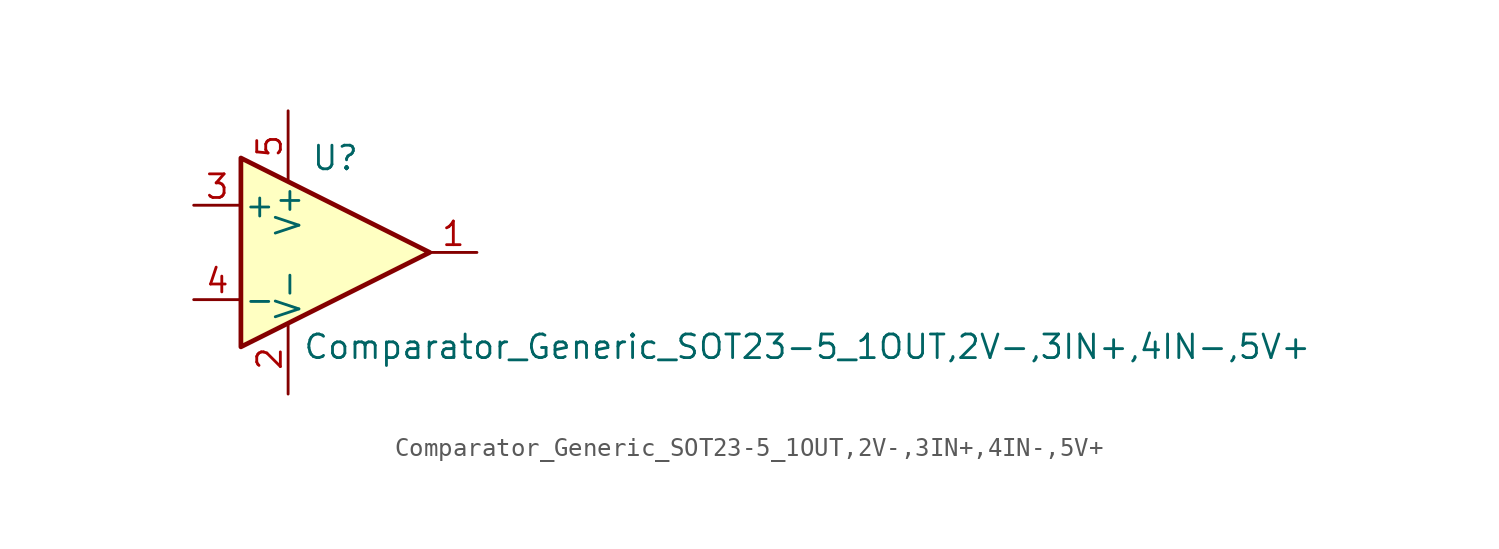
<source format=kicad_sym>
(kicad_symbol_lib
  (version 20211014)
  (generator kicad_symbol_editor)
  (symbol "Comparator_Generic_SOT23-5_1OUT,2V-,3IN+,4IN-,5V+"
    (pin_names
      (offset 0.127))
    (property "Reference" "U"
      (at 2.54 5.08 0)
      (effects (font (size 1.27 1.27))))
    (property "Value" "Comparator_Generic_SOT23-5_1OUT,2V-,3IN+,4IN-,5V+"
      (at 27.94 -5.08 0)
      (effects (font (size 1.27 1.27))))
    (symbol "Comparator_Generic_SOT23-5_1OUT,2V-,3IN+,4IN-,5V+_1_1"
      (polyline (pts (xy -2.54 5.08) (xy 7.62 0) (xy -2.54 -5.08) (xy -2.54 5.08)) (stroke (width 0.254) (type default) (color 0 0 0 0)) (fill (type background)))
      (pin output line (at 10.16 0 180) (length 2.54) (name "~" (effects (font (size 1.27 1.27)))) (number "1" (effects (font (size 1.27 1.27)))))
      (pin power_in line (at 0 -7.62 90) (length 3.81) (name "V-" (effects (font (size 1.27 1.27)))) (number "2" (effects (font (size 1.27 1.27)))))
      (pin input line (at -5.08 2.54 0) (length 2.54) (name "+" (effects (font (size 1.27 1.27)))) (number "3" (effects (font (size 1.27 1.27)))))
      (pin input line (at -5.08 -2.54 0) (length 2.54) (name "-" (effects (font (size 1.27 1.27)))) (number "4" (effects (font (size 1.27 1.27)))))
      (pin power_in line (at 0 7.62 270) (length 3.81) (name "V+" (effects (font (size 1.27 1.27)))) (number "5" (effects (font (size 1.27 1.27))))))))
</source>
